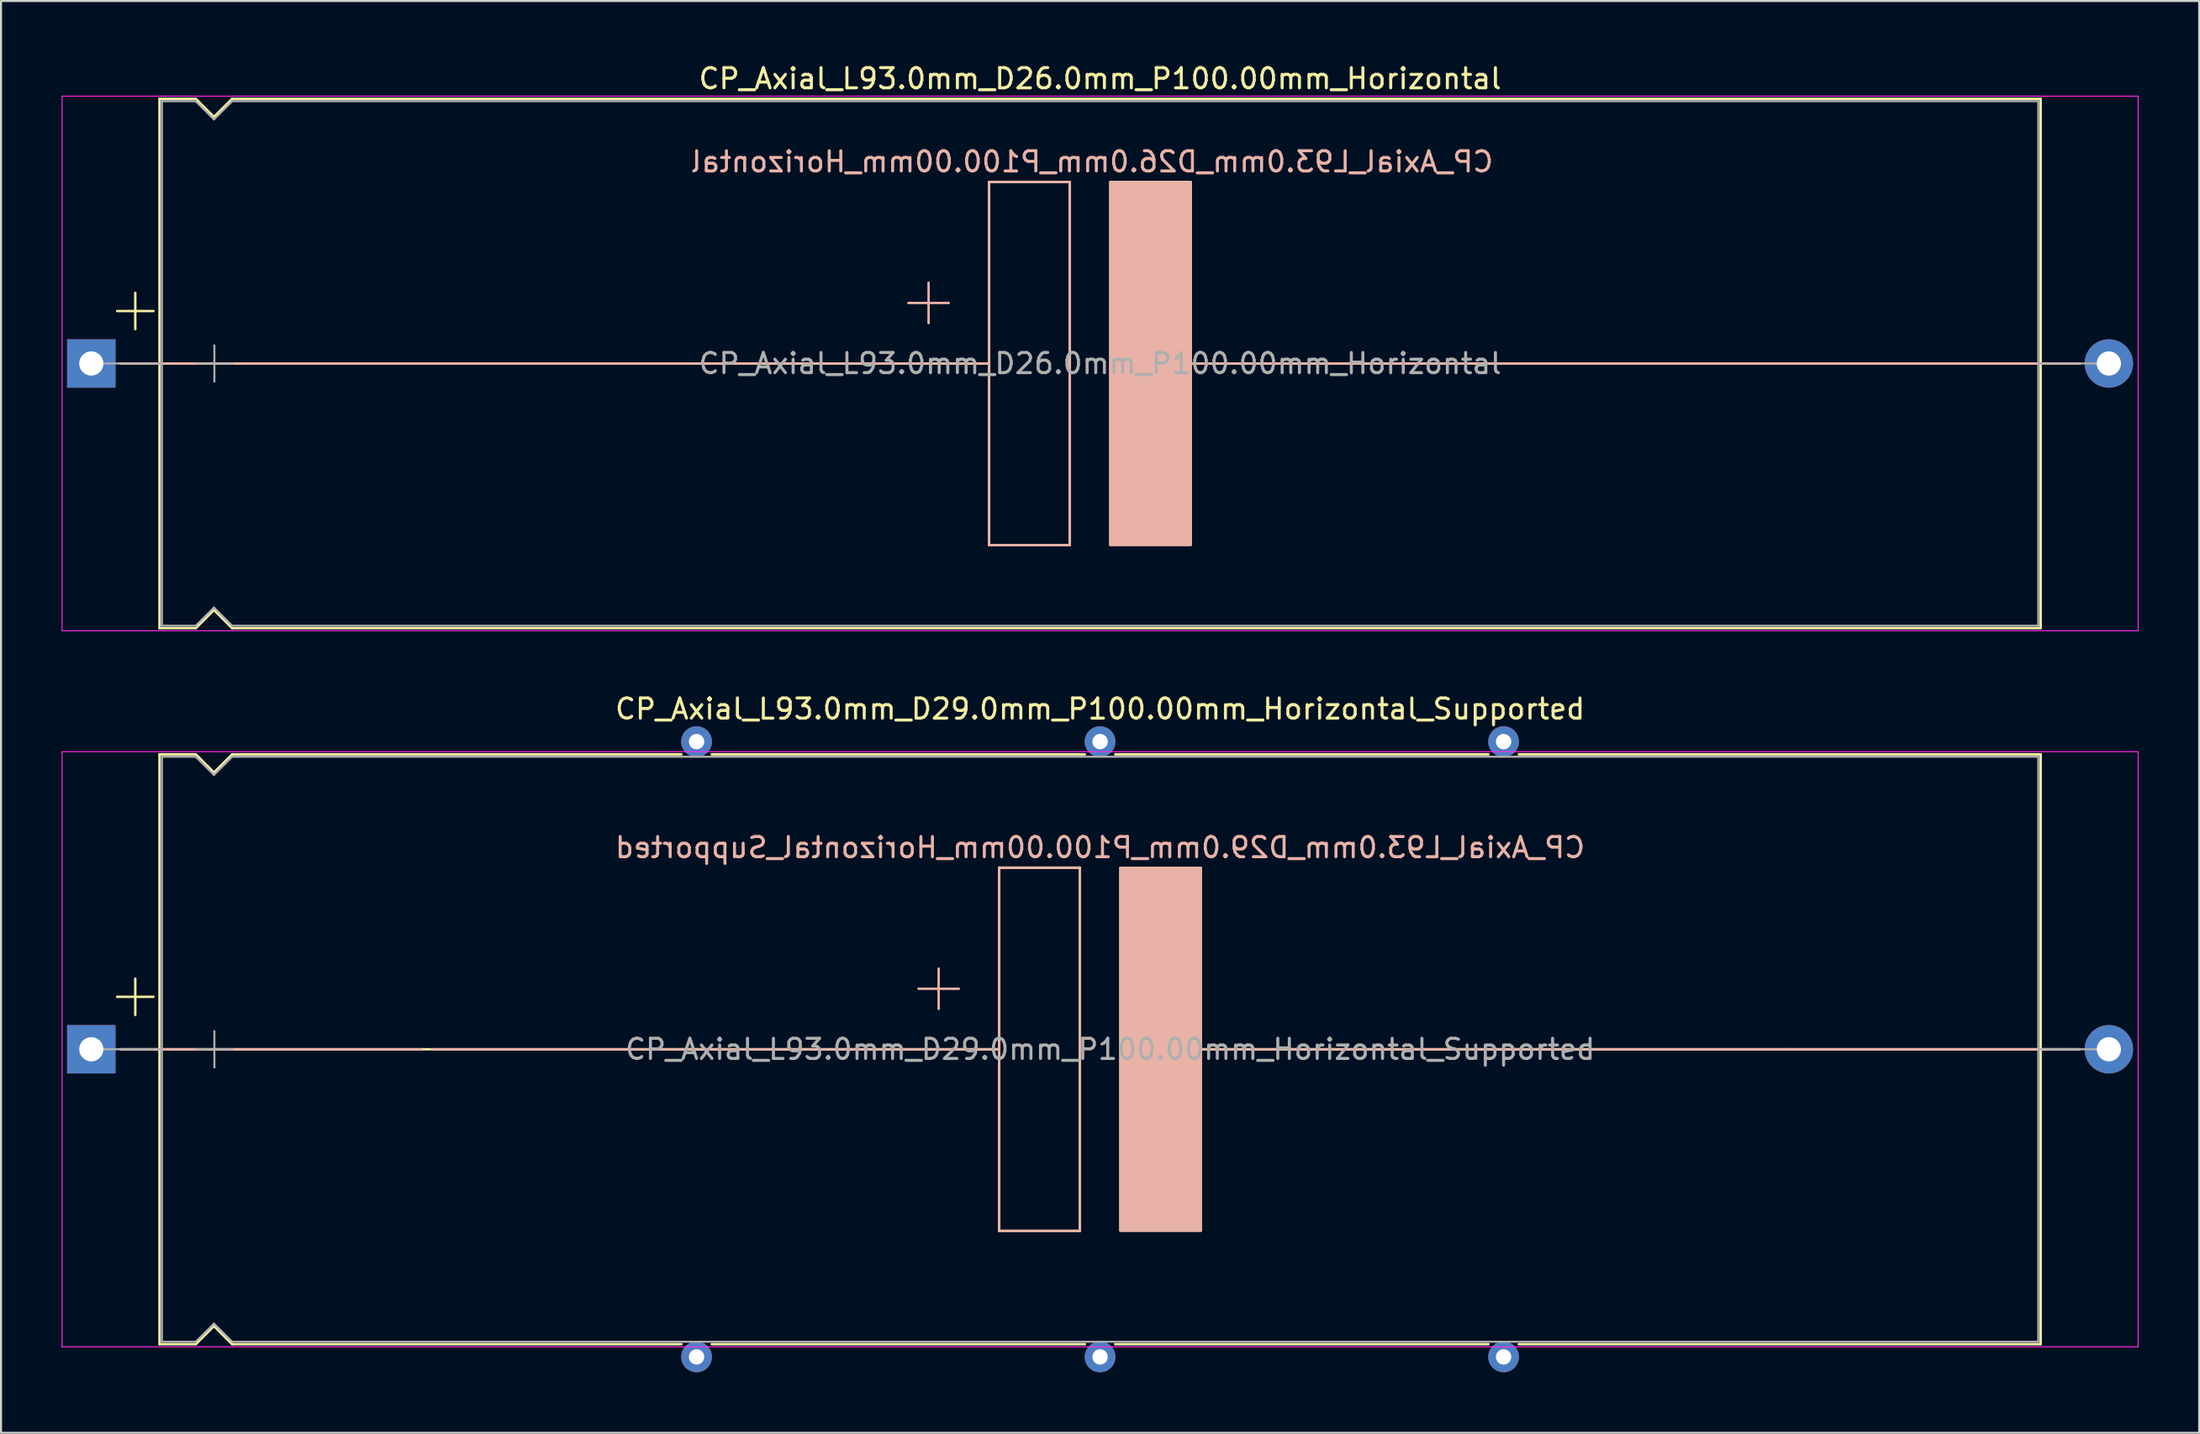
<source format=kicad_pcb>
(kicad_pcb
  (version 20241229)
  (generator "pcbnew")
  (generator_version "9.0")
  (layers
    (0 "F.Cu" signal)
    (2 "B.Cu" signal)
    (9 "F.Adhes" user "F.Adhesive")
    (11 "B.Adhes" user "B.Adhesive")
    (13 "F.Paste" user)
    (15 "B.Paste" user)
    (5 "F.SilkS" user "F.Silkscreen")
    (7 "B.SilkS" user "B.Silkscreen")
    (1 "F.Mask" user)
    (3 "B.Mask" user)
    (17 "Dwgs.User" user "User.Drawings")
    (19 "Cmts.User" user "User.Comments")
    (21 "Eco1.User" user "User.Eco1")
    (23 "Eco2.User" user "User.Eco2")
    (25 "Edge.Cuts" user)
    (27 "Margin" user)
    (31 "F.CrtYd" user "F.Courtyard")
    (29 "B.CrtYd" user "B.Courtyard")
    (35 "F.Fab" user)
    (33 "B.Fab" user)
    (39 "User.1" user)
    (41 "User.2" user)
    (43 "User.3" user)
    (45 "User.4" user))
  (footprint "CP_Axial_L93.0mm_D29.0mm_P100.00mm_Horizontal_Supported"
    (layer "F.Cu")
    (at 1.475 48.962)
    (property "Reference" "CP_Axial_L93.0mm_D29.0mm_P100.00mm_Horizontal_Supported" (at 50 -16.87 0) (layer "F.SilkS") (effects (font (size 1 1) (thickness 0.15))))
    (fp_line (start 1.28 -2.6) (end 3.08 -2.6) (stroke (width 0.12) (type solid)) (layer "F.SilkS"))
    (fp_line (start 1.44 0) (end 3.38 0) (stroke (width 0.12) (type solid)) (layer "F.SilkS"))
    (fp_line (start 2.18 -3.5) (end 2.18 -1.7) (stroke (width 0.12) (type solid)) (layer "F.SilkS"))
    (fp_line (start 3.38 -14.62) (end 3.38 14.62) (stroke (width 0.12) (type solid)) (layer "F.SilkS"))
    (fp_line (start 3.38 -14.62) (end 5.18 -14.62) (stroke (width 0.12) (type solid)) (layer "F.SilkS"))
    (fp_line (start 3.38 0) (end 45 0) (stroke (width 0.12) (type solid)) (layer "F.SilkS"))
    (fp_line (start 3.38 14.62) (end 5.18 14.62) (stroke (width 0.12) (type solid)) (layer "F.SilkS"))
    (fp_line (start 5.18 -14.62) (end 6.08 -13.72) (stroke (width 0.12) (type solid)) (layer "F.SilkS"))
    (fp_line (start 5.18 14.62) (end 6.08 13.72) (stroke (width 0.12) (type solid)) (layer "F.SilkS"))
    (fp_line (start 6.08 -13.72) (end 6.98 -14.62) (stroke (width 0.12) (type solid)) (layer "F.SilkS"))
    (fp_line (start 6.08 13.72) (end 6.98 14.62) (stroke (width 0.12) (type solid)) (layer "F.SilkS"))
    (fp_line (start 6.98 -14.62) (end 29.25 -14.62) (stroke (width 0.12) (type solid)) (layer "F.SilkS"))
    (fp_line (start 6.98 14.62) (end 29.25 14.62) (stroke (width 0.12) (type solid)) (layer "F.SilkS"))
    (fp_line (start 30.75 -14.62) (end 49.25 -14.62) (stroke (width 0.12) (type solid)) (layer "F.SilkS"))
    (fp_line (start 30.75 14.62) (end 49.25 14.62) (stroke (width 0.12) (type solid)) (layer "F.SilkS"))
    (fp_line (start 45 -9) (end 49 -9) (stroke (width 0.12) (type solid)) (layer "F.SilkS"))
    (fp_line (start 45 9) (end 45 -9) (stroke (width 0.12) (type solid)) (layer "F.SilkS"))
    (fp_line (start 49 -9) (end 49 9) (stroke (width 0.12) (type solid)) (layer "F.SilkS"))
    (fp_line (start 49 9) (end 45 9) (stroke (width 0.12) (type solid)) (layer "F.SilkS"))
    (fp_line (start 50.75 -14.62) (end 69.25 -14.62) (stroke (width 0.12) (type solid)) (layer "F.SilkS"))
    (fp_line (start 50.75 14.62) (end 69.25 14.62) (stroke (width 0.12) (type solid)) (layer "F.SilkS"))
    (fp_line (start 54.5 0) (end 96.62 0) (stroke (width 0.12) (type solid)) (layer "F.SilkS"))
    (fp_line (start 70.75 -14.62) (end 96.62 -14.62) (stroke (width 0.12) (type solid)) (layer "F.SilkS"))
    (fp_line (start 70.75 14.62) (end 96.62 14.62) (stroke (width 0.12) (type solid)) (layer "F.SilkS"))
    (fp_line (start 96.62 -14.62) (end 96.62 14.62) (stroke (width 0.12) (type solid)) (layer "F.SilkS"))
    (fp_line (start 98.56 0) (end 96.62 0) (stroke (width 0.12) (type solid)) (layer "F.SilkS"))
    (fp_poly (pts (xy 55 9) (xy 51 9) (xy 51 -9) (xy 55 -9)) (stroke (width 0.1) (type solid)) (fill yes) (layer "F.SilkS"))
    (fp_line (start 1.5 0) (end 16.38 0) (stroke (width 0.12) (type solid)) (layer "B.SilkS"))
    (fp_line (start 16.88 0) (end 45 0) (stroke (width 0.12) (type solid)) (layer "B.SilkS"))
    (fp_line (start 42 -2) (end 42 -4) (stroke (width 0.12) (type solid)) (layer "B.SilkS"))
    (fp_line (start 43 -3) (end 41 -3) (stroke (width 0.12) (type solid)) (layer "B.SilkS"))
    (fp_line (start 45 -9) (end 49 -9) (stroke (width 0.12) (type solid)) (layer "B.SilkS"))
    (fp_line (start 45 9) (end 45 -9) (stroke (width 0.12) (type solid)) (layer "B.SilkS"))
    (fp_line (start 49 -9) (end 49 9) (stroke (width 0.12) (type solid)) (layer "B.SilkS"))
    (fp_line (start 49 9) (end 45 9) (stroke (width 0.12) (type solid)) (layer "B.SilkS"))
    (fp_line (start 55 0) (end 84.12 0) (stroke (width 0.12) (type solid)) (layer "B.SilkS"))
    (fp_line (start 98.5 0) (end 84.12 0) (stroke (width 0.12) (type solid)) (layer "B.SilkS"))
    (fp_poly (pts (xy 55 9) (xy 51 9) (xy 51 -9) (xy 55 -9)) (stroke (width 0.1) (type solid)) (fill yes) (layer "B.SilkS"))
    (fp_line (start -1.45 -14.75) (end -1.45 14.75) (stroke (width 0.05) (type solid)) (layer "F.CrtYd"))
    (fp_line (start -1.45 14.75) (end 101.45 14.75) (stroke (width 0.05) (type solid)) (layer "F.CrtYd"))
    (fp_line (start 101.45 -14.75) (end -1.45 -14.75) (stroke (width 0.05) (type solid)) (layer "F.CrtYd"))
    (fp_line (start 101.45 14.75) (end 101.45 -14.75) (stroke (width 0.05) (type solid)) (layer "F.CrtYd"))
    (fp_line (start 0 0) (end 3.5 0) (stroke (width 0.1) (type solid)) (layer "F.Fab"))
    (fp_line (start 3.5 -14.5) (end 3.5 14.5) (stroke (width 0.1) (type solid)) (layer "F.Fab"))
    (fp_line (start 3.5 -14.5) (end 5.18 -14.5) (stroke (width 0.1) (type solid)) (layer "F.Fab"))
    (fp_line (start 3.5 14.5) (end 5.18 14.5) (stroke (width 0.1) (type solid)) (layer "F.Fab"))
    (fp_line (start 5.18 -14.5) (end 6.08 -13.6) (stroke (width 0.1) (type solid)) (layer "F.Fab"))
    (fp_line (start 5.18 14.5) (end 6.08 13.6) (stroke (width 0.1) (type solid)) (layer "F.Fab"))
    (fp_line (start 5.2 0) (end 7 0) (stroke (width 0.1) (type solid)) (layer "F.Fab"))
    (fp_line (start 6.08 -13.6) (end 6.98 -14.5) (stroke (width 0.1) (type solid)) (layer "F.Fab"))
    (fp_line (start 6.08 13.6) (end 6.98 14.5) (stroke (width 0.1) (type solid)) (layer "F.Fab"))
    (fp_line (start 6.1 -0.9) (end 6.1 0.9) (stroke (width 0.1) (type solid)) (layer "F.Fab"))
    (fp_line (start 6.98 -14.5) (end 96.5 -14.5) (stroke (width 0.1) (type solid)) (layer "F.Fab"))
    (fp_line (start 6.98 14.5) (end 96.5 14.5) (stroke (width 0.1) (type solid)) (layer "F.Fab"))
    (fp_line (start 96.5 -14.5) (end 96.5 14.5) (stroke (width 0.1) (type solid)) (layer "F.Fab"))
    (fp_line (start 100 0) (end 96.5 0) (stroke (width 0.1) (type solid)) (layer "F.Fab"))
    (fp_text user "${REFERENCE}" (at 50 -10 0) (layer "B.SilkS") (effects (font (size 1 1) (thickness 0.15)) (justify mirror)))
    (fp_text user "${REFERENCE}" (at 50.5 0 0) (layer "F.Fab") (effects (font (size 1 1) (thickness 0.15))))
    (pad "" thru_hole circle (at 30 -15.25) (size 1.524 1.524) (drill 0.762) (layers "*.Cu" "*.Mask"))
    (pad "" thru_hole circle (at 30 15.25) (size 1.524 1.524) (drill 0.762) (layers "*.Cu" "*.Mask"))
    (pad "" thru_hole circle (at 50 -15.25) (size 1.524 1.524) (drill 0.762) (layers "*.Cu" "*.Mask"))
    (pad "" thru_hole circle (at 50 15.25) (size 1.524 1.524) (drill 0.762) (layers "*.Cu" "*.Mask"))
    (pad "" thru_hole circle (at 70 -15.25) (size 1.524 1.524) (drill 0.762) (layers "*.Cu" "*.Mask"))
    (pad "" thru_hole circle (at 70 15.25) (size 1.524 1.524) (drill 0.762) (layers "*.Cu" "*.Mask"))
    (pad "1" thru_hole rect (at 0 0) (size 2.4 2.4) (drill 1.2) (layers "*.Cu" "*.Mask"))
    (pad "2" thru_hole oval (at 100 0) (size 2.4 2.4) (drill 1.2) (layers "*.Cu" "*.Mask")))
  (footprint "CP_Axial_L93.0mm_D26.0mm_P100.00mm_Horizontal"
    (layer "F.Cu")
    (at 1.475 14.968)
    (property "Reference" "CP_Axial_L93.0mm_D26.0mm_P100.00mm_Horizontal" (at 50 -14.12 0) (layer "F.SilkS") (effects (font (size 1 1) (thickness 0.15))))
    (fp_line (start 1.28 -2.6) (end 3.08 -2.6) (stroke (width 0.12) (type solid)) (layer "F.SilkS"))
    (fp_line (start 1.44 0) (end 3.38 0) (stroke (width 0.12) (type solid)) (layer "F.SilkS"))
    (fp_line (start 2.18 -3.5) (end 2.18 -1.7) (stroke (width 0.12) (type solid)) (layer "F.SilkS"))
    (fp_line (start 3.38 -13.12) (end 3.38 13.12) (stroke (width 0.12) (type solid)) (layer "F.SilkS"))
    (fp_line (start 3.38 -13.12) (end 5.18 -13.12) (stroke (width 0.12) (type solid)) (layer "F.SilkS"))
    (fp_line (start 3.38 0) (end 44.5 0) (stroke (width 0.12) (type solid)) (layer "F.SilkS"))
    (fp_line (start 3.38 13.12) (end 5.18 13.12) (stroke (width 0.12) (type solid)) (layer "F.SilkS"))
    (fp_line (start 5.18 -13.12) (end 6.08 -12.22) (stroke (width 0.12) (type solid)) (layer "F.SilkS"))
    (fp_line (start 5.18 13.12) (end 6.08 12.22) (stroke (width 0.12) (type solid)) (layer "F.SilkS"))
    (fp_line (start 6.08 -12.22) (end 6.98 -13.12) (stroke (width 0.12) (type solid)) (layer "F.SilkS"))
    (fp_line (start 6.08 12.22) (end 6.98 13.12) (stroke (width 0.12) (type solid)) (layer "F.SilkS"))
    (fp_line (start 6.98 -13.12) (end 96.62 -13.12) (stroke (width 0.12) (type solid)) (layer "F.SilkS"))
    (fp_line (start 6.98 13.12) (end 96.62 13.12) (stroke (width 0.12) (type solid)) (layer "F.SilkS"))
    (fp_line (start 44.5 -9) (end 48.5 -9) (stroke (width 0.12) (type solid)) (layer "F.SilkS"))
    (fp_line (start 44.5 9) (end 44.5 -9) (stroke (width 0.12) (type solid)) (layer "F.SilkS"))
    (fp_line (start 48.5 -9) (end 48.5 9) (stroke (width 0.12) (type solid)) (layer "F.SilkS"))
    (fp_line (start 48.5 9) (end 44.5 9) (stroke (width 0.12) (type solid)) (layer "F.SilkS"))
    (fp_line (start 54.5 0) (end 96.62 0) (stroke (width 0.12) (type solid)) (layer "F.SilkS"))
    (fp_line (start 96.62 -13.12) (end 96.62 13.12) (stroke (width 0.12) (type solid)) (layer "F.SilkS"))
    (fp_line (start 98.56 0) (end 96.62 0) (stroke (width 0.12) (type solid)) (layer "F.SilkS"))
    (fp_poly (pts (xy 54.5 9) (xy 50.5 9) (xy 50.5 -9) (xy 54.5 -9)) (stroke (width 0.1) (type solid)) (fill yes) (layer "F.SilkS"))
    (fp_line (start 1.5 0) (end 16.38 0) (stroke (width 0.12) (type solid)) (layer "B.SilkS"))
    (fp_line (start 16.38 0) (end 44.5 0) (stroke (width 0.12) (type solid)) (layer "B.SilkS"))
    (fp_line (start 41.5 -2) (end 41.5 -4) (stroke (width 0.12) (type solid)) (layer "B.SilkS"))
    (fp_line (start 42.5 -3) (end 40.5 -3) (stroke (width 0.12) (type solid)) (layer "B.SilkS"))
    (fp_line (start 44.5 -9) (end 48.5 -9) (stroke (width 0.12) (type solid)) (layer "B.SilkS"))
    (fp_line (start 44.5 9) (end 44.5 -9) (stroke (width 0.12) (type solid)) (layer "B.SilkS"))
    (fp_line (start 48.5 -9) (end 48.5 9) (stroke (width 0.12) (type solid)) (layer "B.SilkS"))
    (fp_line (start 48.5 9) (end 44.5 9) (stroke (width 0.12) (type solid)) (layer "B.SilkS"))
    (fp_line (start 54.5 0) (end 83.62 0) (stroke (width 0.12) (type solid)) (layer "B.SilkS"))
    (fp_line (start 98.5 0) (end 83.62 0) (stroke (width 0.12) (type solid)) (layer "B.SilkS"))
    (fp_poly (pts (xy 54.5 9) (xy 50.5 9) (xy 50.5 -9) (xy 54.5 -9)) (stroke (width 0.1) (type solid)) (fill yes) (layer "B.SilkS"))
    (fp_line (start -1.45 -13.25) (end -1.45 13.25) (stroke (width 0.05) (type solid)) (layer "F.CrtYd"))
    (fp_line (start -1.45 13.25) (end 101.45 13.25) (stroke (width 0.05) (type solid)) (layer "F.CrtYd"))
    (fp_line (start 101.45 -13.25) (end -1.45 -13.25) (stroke (width 0.05) (type solid)) (layer "F.CrtYd"))
    (fp_line (start 101.45 13.25) (end 101.45 -13.25) (stroke (width 0.05) (type solid)) (layer "F.CrtYd"))
    (fp_line (start 0 0) (end 3.5 0) (stroke (width 0.1) (type solid)) (layer "F.Fab"))
    (fp_line (start 3.5 -13) (end 3.5 13) (stroke (width 0.1) (type solid)) (layer "F.Fab"))
    (fp_line (start 3.5 -13) (end 5.18 -13) (stroke (width 0.1) (type solid)) (layer "F.Fab"))
    (fp_line (start 3.5 13) (end 5.18 13) (stroke (width 0.1) (type solid)) (layer "F.Fab"))
    (fp_line (start 5.18 -13) (end 6.08 -12.1) (stroke (width 0.1) (type solid)) (layer "F.Fab"))
    (fp_line (start 5.18 13) (end 6.08 12.1) (stroke (width 0.1) (type solid)) (layer "F.Fab"))
    (fp_line (start 5.2 0) (end 7 0) (stroke (width 0.1) (type solid)) (layer "F.Fab"))
    (fp_line (start 6.08 -12.1) (end 6.98 -13) (stroke (width 0.1) (type solid)) (layer "F.Fab"))
    (fp_line (start 6.08 12.1) (end 6.98 13) (stroke (width 0.1) (type solid)) (layer "F.Fab"))
    (fp_line (start 6.1 -0.9) (end 6.1 0.9) (stroke (width 0.1) (type solid)) (layer "F.Fab"))
    (fp_line (start 6.98 -13) (end 96.5 -13) (stroke (width 0.1) (type solid)) (layer "F.Fab"))
    (fp_line (start 6.98 13) (end 96.5 13) (stroke (width 0.1) (type solid)) (layer "F.Fab"))
    (fp_line (start 96.5 -13) (end 96.5 13) (stroke (width 0.1) (type solid)) (layer "F.Fab"))
    (fp_line (start 100 0) (end 96.5 0) (stroke (width 0.1) (type solid)) (layer "F.Fab"))
    (fp_text user "${REFERENCE}" (at 49.6 -10 0) (layer "B.SilkS") (effects (font (size 1 1) (thickness 0.15)) (justify mirror)))
    (fp_text user "${REFERENCE}" (at 50 0 0) (layer "F.Fab") (effects (font (size 1 1) (thickness 0.15))))
    (pad "1" thru_hole rect (at 0 0) (size 2.4 2.4) (drill 1.2) (layers "*.Cu" "*.Mask"))
    (pad "2" thru_hole oval (at 100 0) (size 2.4 2.4) (drill 1.2) (layers "*.Cu" "*.Mask")))
  (gr_rect
    (start -3 -3)
    (end 105.95 67.974)
    (stroke (width 0.1) (type default))
    (fill no)
    (layer "Edge.Cuts")))
</source>
